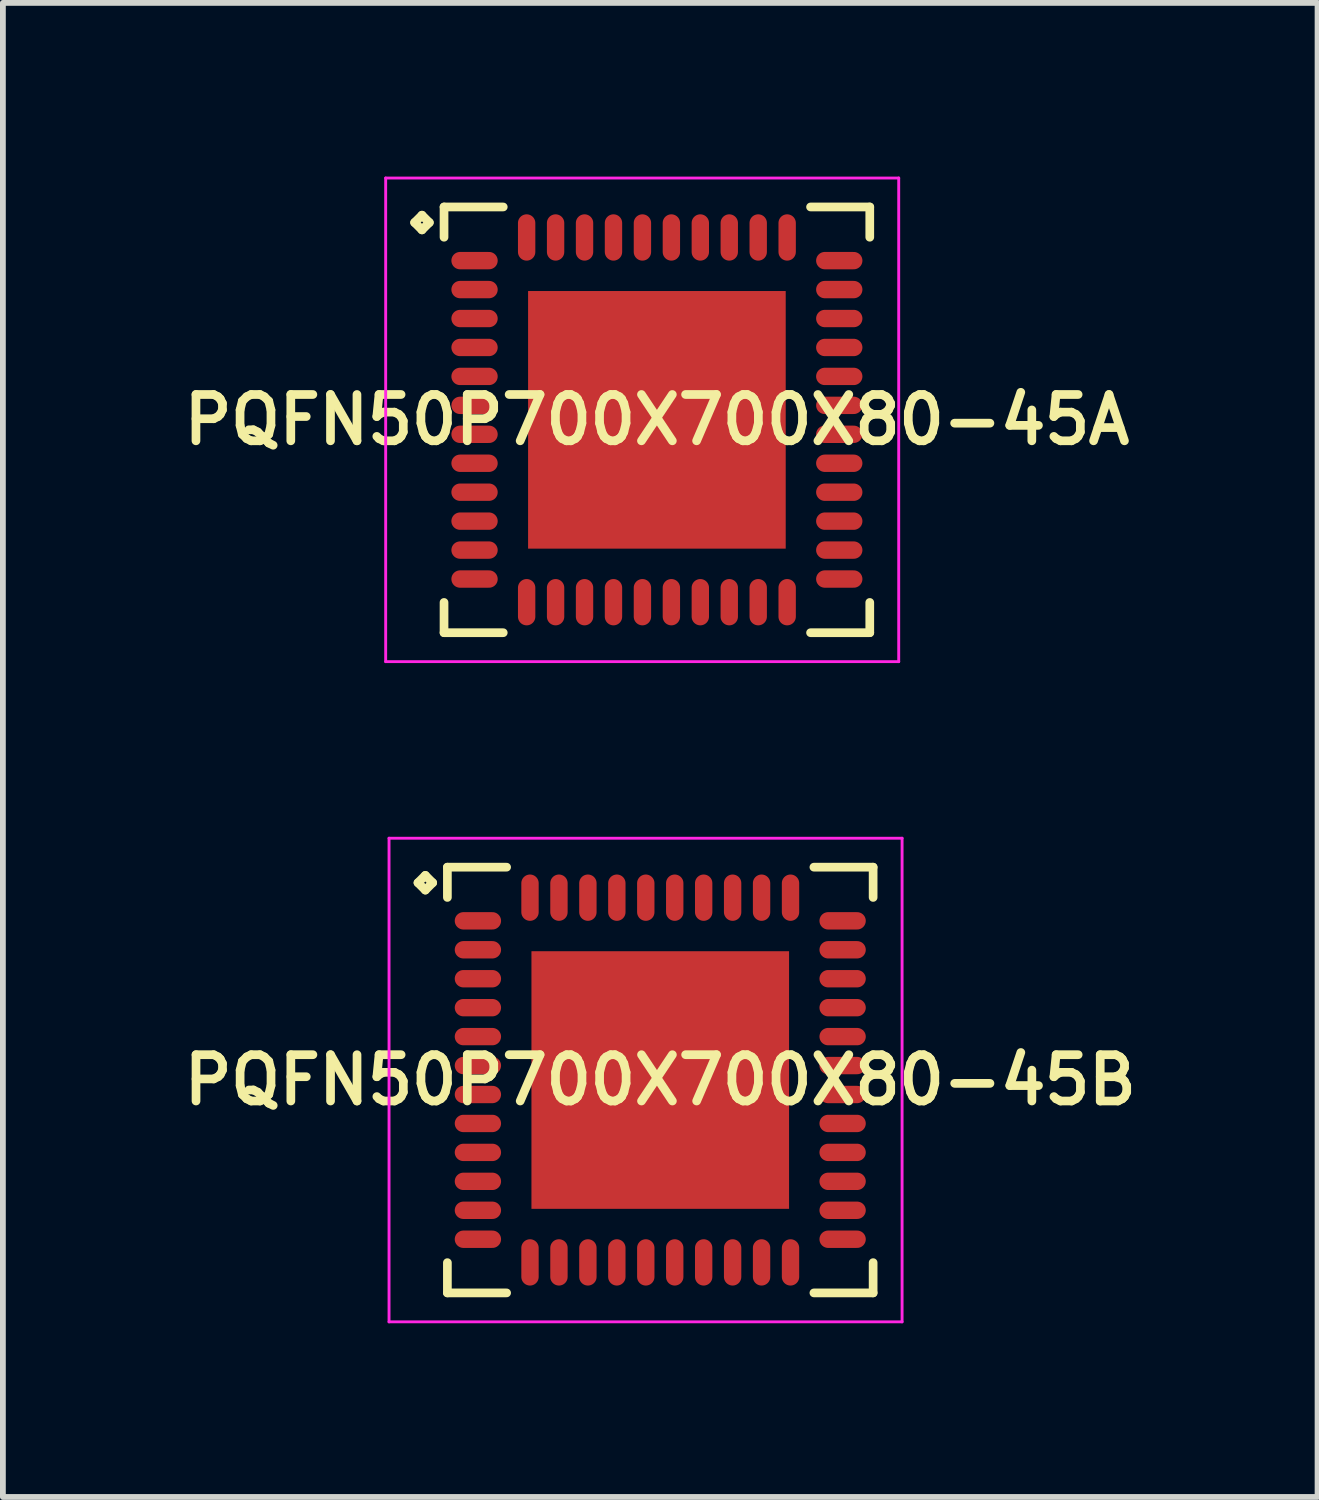
<source format=kicad_pcb>
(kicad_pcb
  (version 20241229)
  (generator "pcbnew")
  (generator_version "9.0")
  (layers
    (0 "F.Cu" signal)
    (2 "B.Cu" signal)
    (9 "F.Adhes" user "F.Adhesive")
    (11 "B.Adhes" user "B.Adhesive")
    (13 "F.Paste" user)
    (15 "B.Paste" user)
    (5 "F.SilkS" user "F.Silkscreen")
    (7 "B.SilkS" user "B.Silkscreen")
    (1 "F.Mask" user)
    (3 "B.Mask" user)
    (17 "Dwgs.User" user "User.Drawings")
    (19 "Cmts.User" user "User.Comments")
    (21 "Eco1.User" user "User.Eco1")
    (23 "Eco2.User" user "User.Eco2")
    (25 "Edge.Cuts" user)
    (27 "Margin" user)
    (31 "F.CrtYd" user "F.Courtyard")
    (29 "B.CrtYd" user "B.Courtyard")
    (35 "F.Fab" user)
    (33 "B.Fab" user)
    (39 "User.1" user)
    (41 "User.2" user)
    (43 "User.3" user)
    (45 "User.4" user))
  (footprint "PQFN50P700X700X80-45A"
    (layer "F.Cu")
    (at 8.297 4.202)
    (property "Reference" "PQFN50P700X700X80-45A" (at 0 0 0) (layer "F.SilkS") (effects (font (size 0.8 0.8) (thickness 0.15))))
    (attr smd)
    (fp_line (start -4.185 -3.408) (end -4.058 -3.535) (stroke (width 0.15) (type solid)) (layer "F.SilkS"))
    (fp_line (start -4.058 -3.535) (end -3.931 -3.408) (stroke (width 0.15) (type solid)) (layer "F.SilkS"))
    (fp_line (start -4.058 -3.281) (end -4.185 -3.408) (stroke (width 0.15) (type solid)) (layer "F.SilkS"))
    (fp_line (start -3.931 -3.408) (end -4.058 -3.281) (stroke (width 0.15) (type solid)) (layer "F.SilkS"))
    (fp_line (start -3.677 -3.677) (end -2.654 -3.677) (stroke (width 0.15) (type solid)) (layer "F.SilkS"))
    (fp_line (start -3.677 -3.154) (end -3.677 -3.677) (stroke (width 0.15) (type solid)) (layer "F.SilkS"))
    (fp_line (start -3.677 3.154) (end -3.677 3.677) (stroke (width 0.15) (type solid)) (layer "F.SilkS"))
    (fp_line (start -3.677 3.677) (end -2.654 3.677) (stroke (width 0.15) (type solid)) (layer "F.SilkS"))
    (fp_line (start 2.654 -3.677) (end 3.677 -3.677) (stroke (width 0.15) (type solid)) (layer "F.SilkS"))
    (fp_line (start 2.654 3.677) (end 3.677 3.677) (stroke (width 0.15) (type solid)) (layer "F.SilkS"))
    (fp_line (start 3.677 -3.677) (end 3.677 -3.154) (stroke (width 0.15) (type solid)) (layer "F.SilkS"))
    (fp_line (start 3.677 3.677) (end 3.677 3.154) (stroke (width 0.15) (type solid)) (layer "F.SilkS"))
    (fp_line (start -4.685 -4.177) (end 4.177 -4.177) (stroke (width 0.05) (type solid)) (layer "F.CrtYd"))
    (fp_line (start -4.685 4.177) (end -4.685 -4.177) (stroke (width 0.05) (type solid)) (layer "F.CrtYd"))
    (fp_line (start 4.177 -4.177) (end 4.177 4.177) (stroke (width 0.05) (type solid)) (layer "F.CrtYd"))
    (fp_line (start 4.177 4.177) (end -4.685 4.177) (stroke (width 0.05) (type solid)) (layer "F.CrtYd"))
    (pad "1" smd oval (at -3.15 -2.75) (size 0.8 0.3) (layers "F.Cu" "F.Mask" "F.Paste"))
    (pad "2" smd oval (at -3.15 -2.25) (size 0.8 0.3) (layers "F.Cu" "F.Mask" "F.Paste"))
    (pad "3" smd oval (at -3.15 -1.75) (size 0.8 0.3) (layers "F.Cu" "F.Mask" "F.Paste"))
    (pad "4" smd oval (at -3.15 -1.25) (size 0.8 0.3) (layers "F.Cu" "F.Mask" "F.Paste"))
    (pad "5" smd oval (at -3.15 -0.75) (size 0.8 0.3) (layers "F.Cu" "F.Mask" "F.Paste"))
    (pad "6" smd oval (at -3.15 -0.25) (size 0.8 0.3) (layers "F.Cu" "F.Mask" "F.Paste"))
    (pad "7" smd oval (at -3.15 0.25) (size 0.8 0.3) (layers "F.Cu" "F.Mask" "F.Paste"))
    (pad "8" smd oval (at -3.15 0.75) (size 0.8 0.3) (layers "F.Cu" "F.Mask" "F.Paste"))
    (pad "9" smd oval (at -3.15 1.25) (size 0.8 0.3) (layers "F.Cu" "F.Mask" "F.Paste"))
    (pad "10" smd oval (at -3.15 1.75) (size 0.8 0.3) (layers "F.Cu" "F.Mask" "F.Paste"))
    (pad "11" smd oval (at -3.15 2.25) (size 0.8 0.3) (layers "F.Cu" "F.Mask" "F.Paste"))
    (pad "12" smd oval (at -3.15 2.75) (size 0.8 0.3) (layers "F.Cu" "F.Mask" "F.Paste"))
    (pad "13" smd oval (at -2.25 3.15) (size 0.3 0.8) (layers "F.Cu" "F.Mask" "F.Paste"))
    (pad "14" smd oval (at -1.75 3.15) (size 0.3 0.8) (layers "F.Cu" "F.Mask" "F.Paste"))
    (pad "15" smd oval (at -1.25 3.15) (size 0.3 0.8) (layers "F.Cu" "F.Mask" "F.Paste"))
    (pad "16" smd oval (at -0.75 3.15) (size 0.3 0.8) (layers "F.Cu" "F.Mask" "F.Paste"))
    (pad "17" smd oval (at -0.25 3.15) (size 0.3 0.8) (layers "F.Cu" "F.Mask" "F.Paste"))
    (pad "18" smd oval (at 0.25 3.15) (size 0.3 0.8) (layers "F.Cu" "F.Mask" "F.Paste"))
    (pad "19" smd oval (at 0.75 3.15) (size 0.3 0.8) (layers "F.Cu" "F.Mask" "F.Paste"))
    (pad "20" smd oval (at 1.25 3.15) (size 0.3 0.8) (layers "F.Cu" "F.Mask" "F.Paste"))
    (pad "21" smd oval (at 1.75 3.15) (size 0.3 0.8) (layers "F.Cu" "F.Mask" "F.Paste"))
    (pad "22" smd oval (at 2.25 3.15) (size 0.3 0.8) (layers "F.Cu" "F.Mask" "F.Paste"))
    (pad "23" smd oval (at 3.15 2.75) (size 0.8 0.3) (layers "F.Cu" "F.Mask" "F.Paste"))
    (pad "24" smd oval (at 3.15 2.25) (size 0.8 0.3) (layers "F.Cu" "F.Mask" "F.Paste"))
    (pad "25" smd oval (at 3.15 1.75) (size 0.8 0.3) (layers "F.Cu" "F.Mask" "F.Paste"))
    (pad "26" smd oval (at 3.15 1.25) (size 0.8 0.3) (layers "F.Cu" "F.Mask" "F.Paste"))
    (pad "27" smd oval (at 3.15 0.75) (size 0.8 0.3) (layers "F.Cu" "F.Mask" "F.Paste"))
    (pad "28" smd oval (at 3.15 0.25) (size 0.8 0.3) (layers "F.Cu" "F.Mask" "F.Paste"))
    (pad "29" smd oval (at 3.15 -0.25) (size 0.8 0.3) (layers "F.Cu" "F.Mask" "F.Paste"))
    (pad "30" smd oval (at 3.15 -0.75) (size 0.8 0.3) (layers "F.Cu" "F.Mask" "F.Paste"))
    (pad "31" smd oval (at 3.15 -1.25) (size 0.8 0.3) (layers "F.Cu" "F.Mask" "F.Paste"))
    (pad "32" smd oval (at 3.15 -1.75) (size 0.8 0.3) (layers "F.Cu" "F.Mask" "F.Paste"))
    (pad "33" smd oval (at 3.15 -2.25) (size 0.8 0.3) (layers "F.Cu" "F.Mask" "F.Paste"))
    (pad "34" smd oval (at 3.15 -2.75) (size 0.8 0.3) (layers "F.Cu" "F.Mask" "F.Paste"))
    (pad "35" smd oval (at 2.25 -3.15) (size 0.3 0.8) (layers "F.Cu" "F.Mask" "F.Paste"))
    (pad "36" smd oval (at 1.75 -3.15) (size 0.3 0.8) (layers "F.Cu" "F.Mask" "F.Paste"))
    (pad "37" smd oval (at 1.25 -3.15) (size 0.3 0.8) (layers "F.Cu" "F.Mask" "F.Paste"))
    (pad "38" smd oval (at 0.75 -3.15) (size 0.3 0.8) (layers "F.Cu" "F.Mask" "F.Paste"))
    (pad "39" smd oval (at 0.25 -3.15) (size 0.3 0.8) (layers "F.Cu" "F.Mask" "F.Paste"))
    (pad "40" smd oval (at -0.25 -3.15) (size 0.3 0.8) (layers "F.Cu" "F.Mask" "F.Paste"))
    (pad "41" smd oval (at -0.75 -3.15) (size 0.3 0.8) (layers "F.Cu" "F.Mask" "F.Paste"))
    (pad "42" smd oval (at -1.25 -3.15) (size 0.3 0.8) (layers "F.Cu" "F.Mask" "F.Paste"))
    (pad "43" smd oval (at -1.75 -3.15) (size 0.3 0.8) (layers "F.Cu" "F.Mask" "F.Paste"))
    (pad "44" smd oval (at -2.25 -3.15) (size 0.3 0.8) (layers "F.Cu" "F.Mask" "F.Paste"))
    (pad "45" smd rect (at 0 0) (size 4.45 4.45) (layers "F.Cu" "F.Mask" "F.Paste")))
  (footprint "PQFN50P700X700X80-45B"
    (layer "F.Cu")
    (at 8.355 15.606)
    (property "Reference" "PQFN50P700X700X80-45B" (at 0 0 0) (layer "F.SilkS") (effects (font (size 0.8 0.8) (thickness 0.15))))
    (attr smd)
    (fp_line (start -4.185 -3.408) (end -4.058 -3.535) (stroke (width 0.15) (type solid)) (layer "F.SilkS"))
    (fp_line (start -4.058 -3.535) (end -3.931 -3.408) (stroke (width 0.15) (type solid)) (layer "F.SilkS"))
    (fp_line (start -4.058 -3.281) (end -4.185 -3.408) (stroke (width 0.15) (type solid)) (layer "F.SilkS"))
    (fp_line (start -3.931 -3.408) (end -4.058 -3.281) (stroke (width 0.15) (type solid)) (layer "F.SilkS"))
    (fp_line (start -3.677 -3.677) (end -2.654 -3.677) (stroke (width 0.15) (type solid)) (layer "F.SilkS"))
    (fp_line (start -3.677 -3.154) (end -3.677 -3.677) (stroke (width 0.15) (type solid)) (layer "F.SilkS"))
    (fp_line (start -3.677 3.154) (end -3.677 3.677) (stroke (width 0.15) (type solid)) (layer "F.SilkS"))
    (fp_line (start -3.677 3.677) (end -2.654 3.677) (stroke (width 0.15) (type solid)) (layer "F.SilkS"))
    (fp_line (start 2.654 -3.677) (end 3.677 -3.677) (stroke (width 0.15) (type solid)) (layer "F.SilkS"))
    (fp_line (start 2.654 3.677) (end 3.677 3.677) (stroke (width 0.15) (type solid)) (layer "F.SilkS"))
    (fp_line (start 3.677 -3.677) (end 3.677 -3.154) (stroke (width 0.15) (type solid)) (layer "F.SilkS"))
    (fp_line (start 3.677 3.677) (end 3.677 3.154) (stroke (width 0.15) (type solid)) (layer "F.SilkS"))
    (fp_line (start -4.685 -4.177) (end 4.177 -4.177) (stroke (width 0.05) (type solid)) (layer "F.CrtYd"))
    (fp_line (start -4.685 4.177) (end -4.685 -4.177) (stroke (width 0.05) (type solid)) (layer "F.CrtYd"))
    (fp_line (start 4.177 -4.177) (end 4.177 4.177) (stroke (width 0.05) (type solid)) (layer "F.CrtYd"))
    (fp_line (start 4.177 4.177) (end -4.685 4.177) (stroke (width 0.05) (type solid)) (layer "F.CrtYd"))
    (pad "1" smd oval (at -3.15 -2.75) (size 0.8 0.3) (layers "F.Cu" "F.Mask" "F.Paste"))
    (pad "2" smd oval (at -3.15 -2.25) (size 0.8 0.3) (layers "F.Cu" "F.Mask" "F.Paste"))
    (pad "3" smd oval (at -3.15 -1.75) (size 0.8 0.3) (layers "F.Cu" "F.Mask" "F.Paste"))
    (pad "4" smd oval (at -3.15 -1.25) (size 0.8 0.3) (layers "F.Cu" "F.Mask" "F.Paste"))
    (pad "5" smd oval (at -3.15 -0.75) (size 0.8 0.3) (layers "F.Cu" "F.Mask" "F.Paste"))
    (pad "6" smd oval (at -3.15 -0.25) (size 0.8 0.3) (layers "F.Cu" "F.Mask" "F.Paste"))
    (pad "7" smd oval (at -3.15 0.25) (size 0.8 0.3) (layers "F.Cu" "F.Mask" "F.Paste"))
    (pad "8" smd oval (at -3.15 0.75) (size 0.8 0.3) (layers "F.Cu" "F.Mask" "F.Paste"))
    (pad "9" smd oval (at -3.15 1.25) (size 0.8 0.3) (layers "F.Cu" "F.Mask" "F.Paste"))
    (pad "10" smd oval (at -3.15 1.75) (size 0.8 0.3) (layers "F.Cu" "F.Mask" "F.Paste"))
    (pad "11" smd oval (at -3.15 2.25) (size 0.8 0.3) (layers "F.Cu" "F.Mask" "F.Paste"))
    (pad "12" smd oval (at -3.15 2.75) (size 0.8 0.3) (layers "F.Cu" "F.Mask" "F.Paste"))
    (pad "13" smd oval (at -2.25 3.15) (size 0.3 0.8) (layers "F.Cu" "F.Mask" "F.Paste"))
    (pad "14" smd oval (at -1.75 3.15) (size 0.3 0.8) (layers "F.Cu" "F.Mask" "F.Paste"))
    (pad "15" smd oval (at -1.25 3.15) (size 0.3 0.8) (layers "F.Cu" "F.Mask" "F.Paste"))
    (pad "16" smd oval (at -0.75 3.15) (size 0.3 0.8) (layers "F.Cu" "F.Mask" "F.Paste"))
    (pad "17" smd oval (at -0.25 3.15) (size 0.3 0.8) (layers "F.Cu" "F.Mask" "F.Paste"))
    (pad "18" smd oval (at 0.25 3.15) (size 0.3 0.8) (layers "F.Cu" "F.Mask" "F.Paste"))
    (pad "19" smd oval (at 0.75 3.15) (size 0.3 0.8) (layers "F.Cu" "F.Mask" "F.Paste"))
    (pad "20" smd oval (at 1.25 3.15) (size 0.3 0.8) (layers "F.Cu" "F.Mask" "F.Paste"))
    (pad "21" smd oval (at 1.75 3.15) (size 0.3 0.8) (layers "F.Cu" "F.Mask" "F.Paste"))
    (pad "22" smd oval (at 2.25 3.15) (size 0.3 0.8) (layers "F.Cu" "F.Mask" "F.Paste"))
    (pad "23" smd oval (at 3.15 2.75) (size 0.8 0.3) (layers "F.Cu" "F.Mask" "F.Paste"))
    (pad "24" smd oval (at 3.15 2.25) (size 0.8 0.3) (layers "F.Cu" "F.Mask" "F.Paste"))
    (pad "25" smd oval (at 3.15 1.75) (size 0.8 0.3) (layers "F.Cu" "F.Mask" "F.Paste"))
    (pad "26" smd oval (at 3.15 1.25) (size 0.8 0.3) (layers "F.Cu" "F.Mask" "F.Paste"))
    (pad "27" smd oval (at 3.15 0.75) (size 0.8 0.3) (layers "F.Cu" "F.Mask" "F.Paste"))
    (pad "28" smd oval (at 3.15 0.25) (size 0.8 0.3) (layers "F.Cu" "F.Mask" "F.Paste"))
    (pad "29" smd oval (at 3.15 -0.25) (size 0.8 0.3) (layers "F.Cu" "F.Mask" "F.Paste"))
    (pad "30" smd oval (at 3.15 -0.75) (size 0.8 0.3) (layers "F.Cu" "F.Mask" "F.Paste"))
    (pad "31" smd oval (at 3.15 -1.25) (size 0.8 0.3) (layers "F.Cu" "F.Mask" "F.Paste"))
    (pad "32" smd oval (at 3.15 -1.75) (size 0.8 0.3) (layers "F.Cu" "F.Mask" "F.Paste"))
    (pad "33" smd oval (at 3.15 -2.25) (size 0.8 0.3) (layers "F.Cu" "F.Mask" "F.Paste"))
    (pad "34" smd oval (at 3.15 -2.75) (size 0.8 0.3) (layers "F.Cu" "F.Mask" "F.Paste"))
    (pad "35" smd oval (at 2.25 -3.15) (size 0.3 0.8) (layers "F.Cu" "F.Mask" "F.Paste"))
    (pad "36" smd oval (at 1.75 -3.15) (size 0.3 0.8) (layers "F.Cu" "F.Mask" "F.Paste"))
    (pad "37" smd oval (at 1.25 -3.15) (size 0.3 0.8) (layers "F.Cu" "F.Mask" "F.Paste"))
    (pad "38" smd oval (at 0.75 -3.15) (size 0.3 0.8) (layers "F.Cu" "F.Mask" "F.Paste"))
    (pad "39" smd oval (at 0.25 -3.15) (size 0.3 0.8) (layers "F.Cu" "F.Mask" "F.Paste"))
    (pad "40" smd oval (at -0.25 -3.15) (size 0.3 0.8) (layers "F.Cu" "F.Mask" "F.Paste"))
    (pad "41" smd oval (at -0.75 -3.15) (size 0.3 0.8) (layers "F.Cu" "F.Mask" "F.Paste"))
    (pad "42" smd oval (at -1.25 -3.15) (size 0.3 0.8) (layers "F.Cu" "F.Mask" "F.Paste"))
    (pad "43" smd oval (at -1.75 -3.15) (size 0.3 0.8) (layers "F.Cu" "F.Mask" "F.Paste"))
    (pad "44" smd oval (at -2.25 -3.15) (size 0.3 0.8) (layers "F.Cu" "F.Mask" "F.Paste"))
    (pad "45" smd rect (at 0 0) (size 4.45 4.45) (layers "F.Cu" "F.Mask" "F.Paste")))
  (gr_rect
    (start -3 -3)
    (end 19.709 22.808)
    (stroke (width 0.1) (type default))
    (fill no)
    (layer "Edge.Cuts")))
</source>
